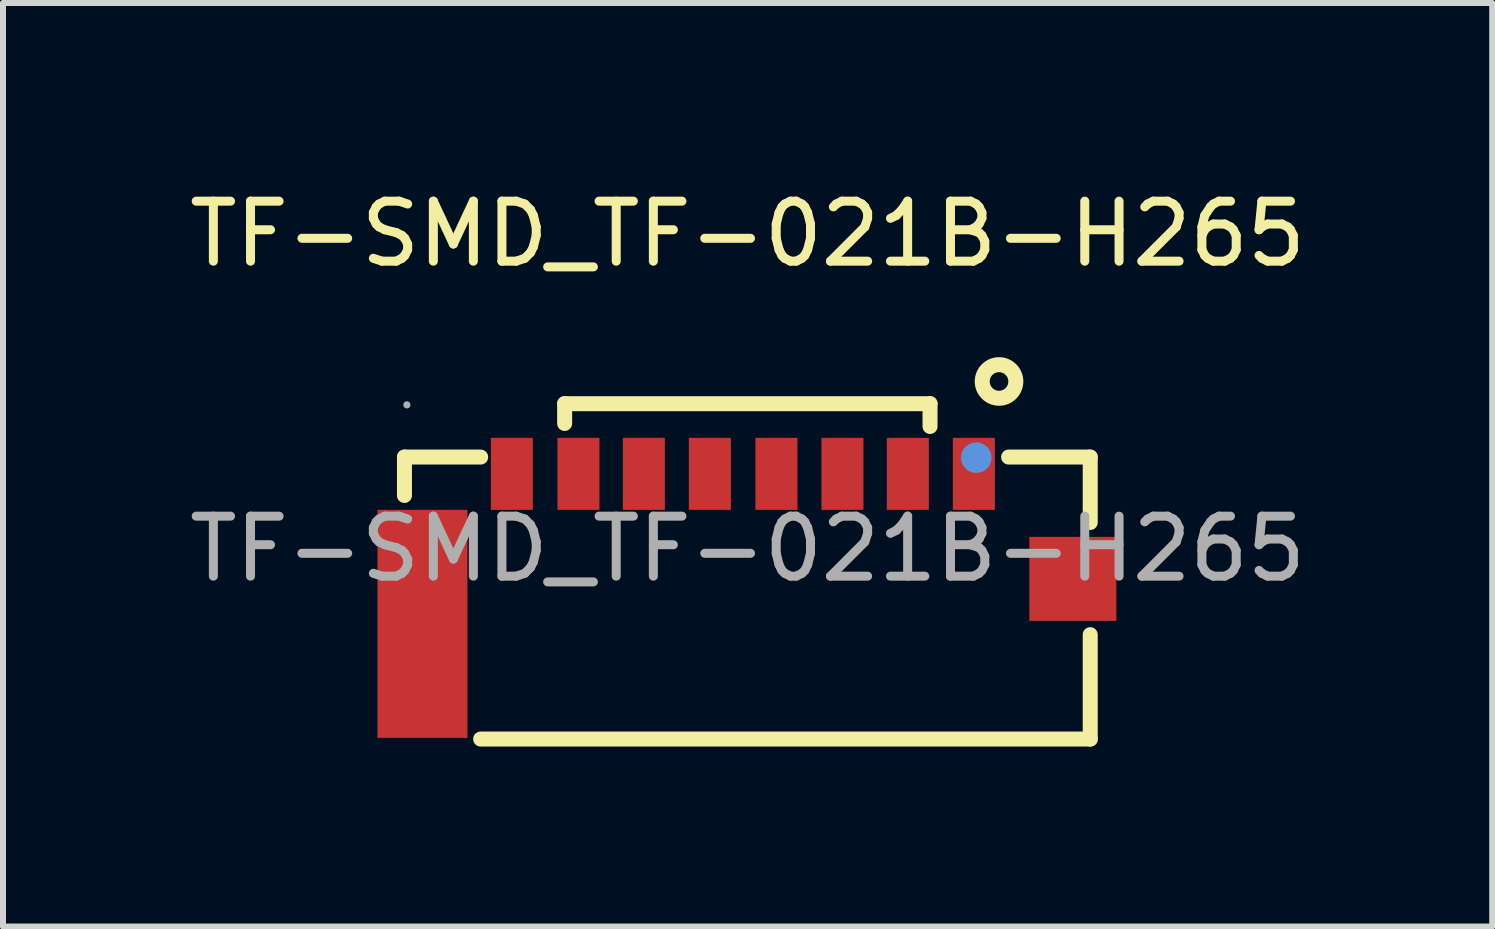
<source format=kicad_pcb>
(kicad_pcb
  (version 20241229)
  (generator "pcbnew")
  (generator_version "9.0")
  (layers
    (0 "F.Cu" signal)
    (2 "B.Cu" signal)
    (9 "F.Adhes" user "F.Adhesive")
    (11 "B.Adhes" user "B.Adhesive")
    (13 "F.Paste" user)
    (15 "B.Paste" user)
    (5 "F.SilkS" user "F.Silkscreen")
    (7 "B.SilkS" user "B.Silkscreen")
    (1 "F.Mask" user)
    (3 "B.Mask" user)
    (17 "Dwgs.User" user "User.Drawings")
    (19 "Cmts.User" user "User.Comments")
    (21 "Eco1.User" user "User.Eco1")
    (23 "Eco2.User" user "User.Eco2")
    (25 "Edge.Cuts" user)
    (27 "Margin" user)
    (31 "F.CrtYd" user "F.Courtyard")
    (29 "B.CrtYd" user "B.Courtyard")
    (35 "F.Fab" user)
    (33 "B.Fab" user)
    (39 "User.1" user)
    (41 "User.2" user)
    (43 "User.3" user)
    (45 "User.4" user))
  (footprint "TF-SMD_TF-021B-H265"
    (layer "F.Cu")
    (at 9.411 6.098)
    (property "Reference" "TF-SMD_TF-021B-H265" (at 0 -5.25 0) (layer "F.SilkS") (effects (font (size 1 1) (thickness 0.15))))
    (attr smd)
    (fp_line (start -5.72 -1.53) (end -4.45 -1.53) (stroke (width 0.25) (type solid)) (layer "F.SilkS"))
    (fp_line (start -5.72 -0.89) (end -5.72 -1.53) (stroke (width 0.25) (type solid)) (layer "F.SilkS"))
    (fp_line (start -3.05 -2.42) (end 3.04 -2.42) (stroke (width 0.25) (type solid)) (layer "F.SilkS"))
    (fp_line (start -3.05 -2.09) (end -3.05 -2.42) (stroke (width 0.25) (type solid)) (layer "F.SilkS"))
    (fp_line (start 3.04 -2.42) (end 3.04 -2.04) (stroke (width 0.25) (type solid)) (layer "F.SilkS"))
    (fp_line (start 4.35 -1.53) (end 5.71 -1.53) (stroke (width 0.25) (type solid)) (layer "F.SilkS"))
    (fp_line (start 5.71 -1.53) (end 5.71 -0.44) (stroke (width 0.25) (type solid)) (layer "F.SilkS"))
    (fp_line (start 5.71 1.43) (end 5.71 3.17) (stroke (width 0.25) (type solid)) (layer "F.SilkS"))
    (fp_line (start 5.71 3.17) (end -4.45 3.17) (stroke (width 0.25) (type solid)) (layer "F.SilkS"))
    (fp_circle (center 4.19 -2.79) (end 4.47 -2.79) (stroke (width 0.25) (type solid)) (fill no) (layer "F.SilkS"))
    (fp_circle (center 3.81 -1.52) (end 3.94 -1.52) (stroke (width 0.25) (type solid)) (fill no) (layer "Cmts.User"))
    (fp_circle (center -5.68 -2.4) (end -5.65 -2.4) (stroke (width 0.06) (type solid)) (fill no) (layer "F.Fab"))
    (fp_text user "${REFERENCE}" (at 0 0 0) (layer "F.Fab") (effects (font (size 1 1) (thickness 0.15))))
    (pad "1" smd rect (at 3.77 -1.25 90) (size 1.2 0.7) (layers "F.Cu" "F.Mask" "F.Paste"))
    (pad "2" smd rect (at 2.67 -1.25 90) (size 1.2 0.7) (layers "F.Cu" "F.Mask" "F.Paste"))
    (pad "3" smd rect (at 1.58 -1.25 90) (size 1.2 0.7) (layers "F.Cu" "F.Mask" "F.Paste"))
    (pad "4" smd rect (at 0.48 -1.25 90) (size 1.2 0.7) (layers "F.Cu" "F.Mask" "F.Paste"))
    (pad "5" smd rect (at -0.63 -1.25 90) (size 1.2 0.7) (layers "F.Cu" "F.Mask" "F.Paste"))
    (pad "6" smd rect (at -1.73 -1.25 90) (size 1.2 0.7) (layers "F.Cu" "F.Mask" "F.Paste"))
    (pad "7" smd rect (at -2.82 -1.25 90) (size 1.2 0.7) (layers "F.Cu" "F.Mask" "F.Paste"))
    (pad "8" smd rect (at -3.93 -1.25 90) (size 1.2 0.7) (layers "F.Cu" "F.Mask" "F.Paste"))
    (pad "9" smd rect (at -5.42 1.25 270) (size 3.8 1.5) (layers "F.Cu" "F.Mask" "F.Paste"))
    (pad "10" smd rect (at 5.42 0.5 270) (size 1.4 1.45) (layers "F.Cu" "F.Mask" "F.Paste")))
  (gr_rect
    (start -3 -3)
    (end 21.821 12.393)
    (stroke (width 0.1) (type default))
    (fill no)
    (layer "Edge.Cuts")))
</source>
